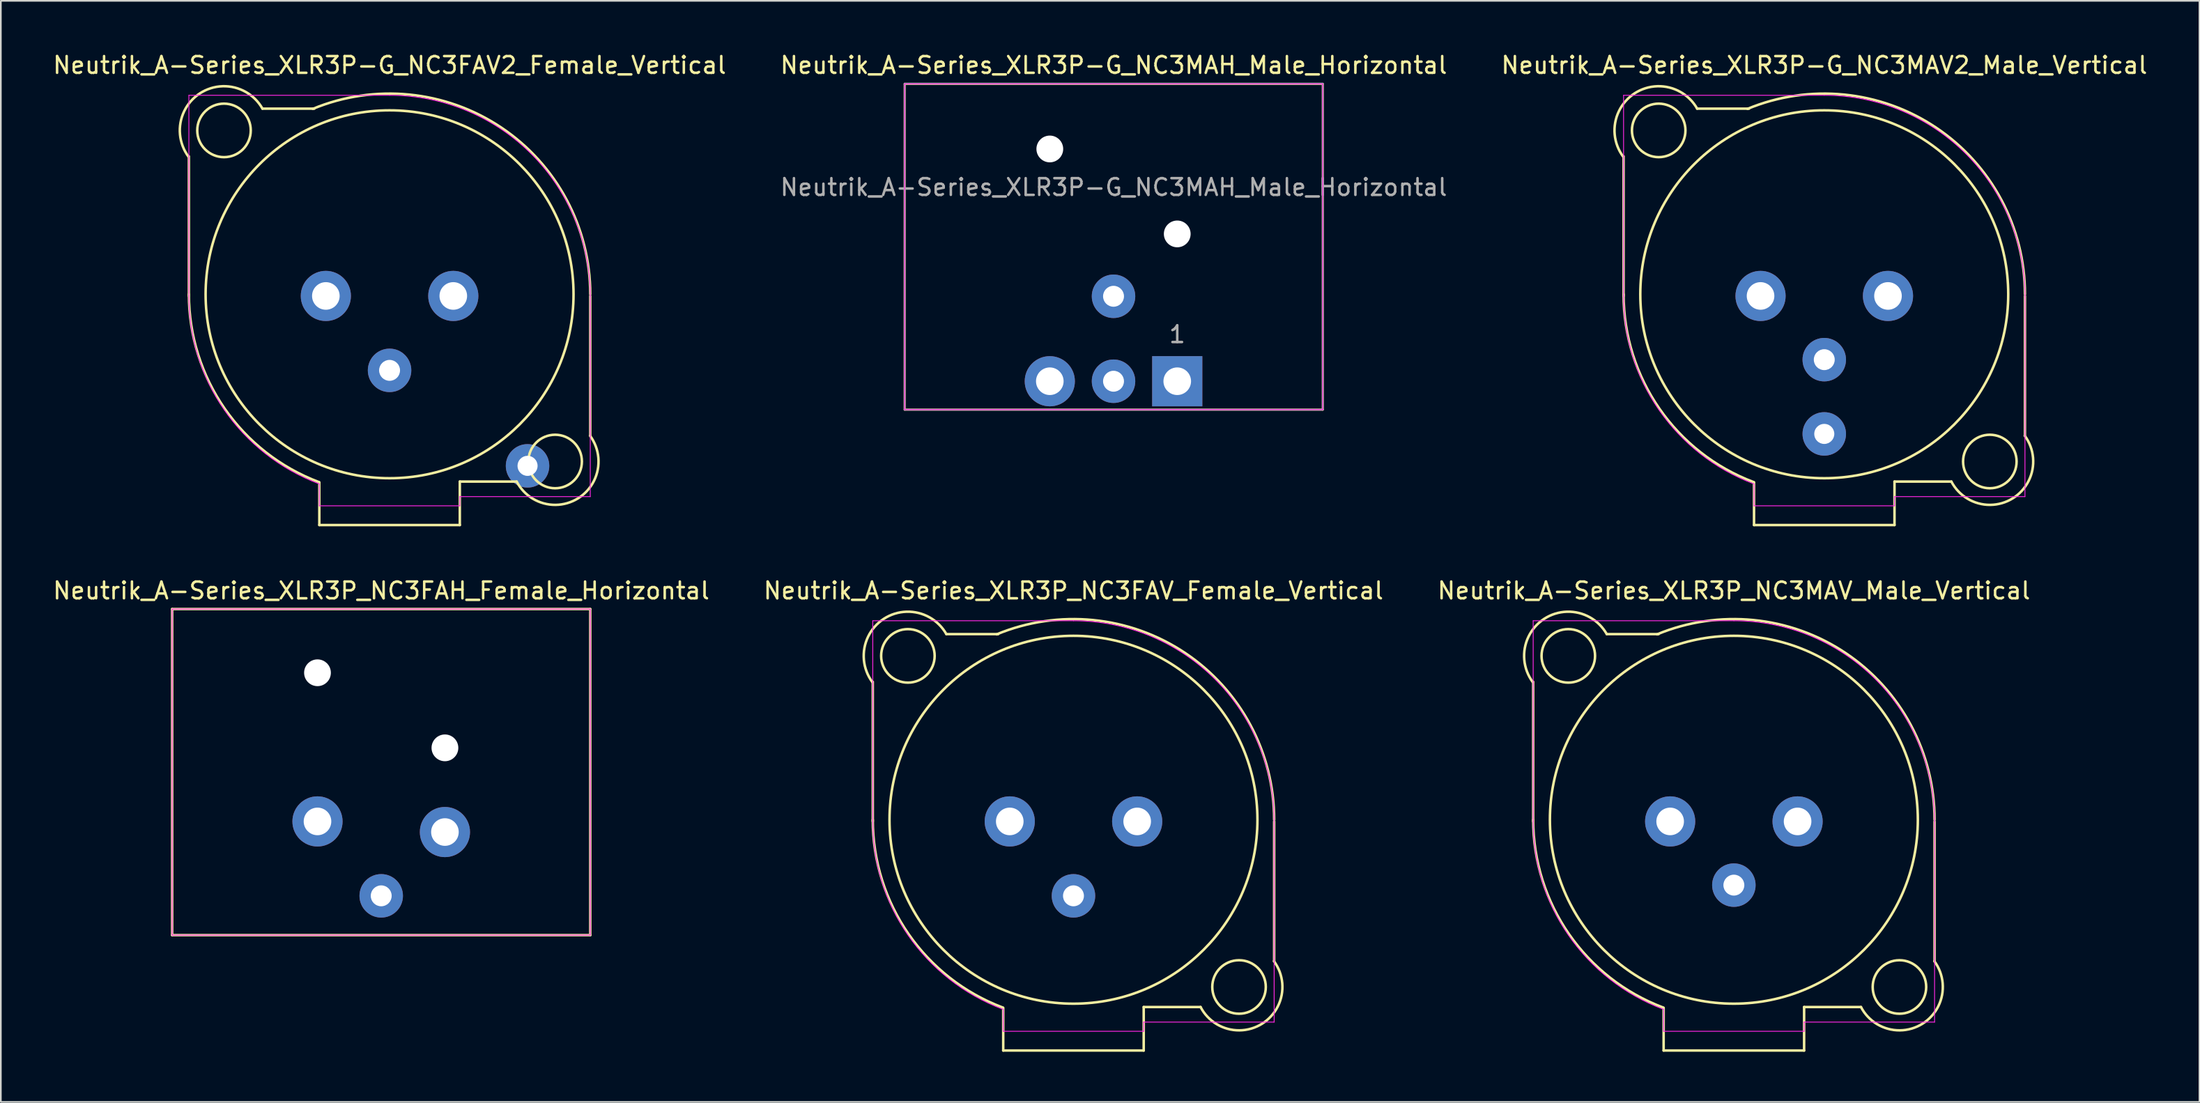
<source format=kicad_pcb>
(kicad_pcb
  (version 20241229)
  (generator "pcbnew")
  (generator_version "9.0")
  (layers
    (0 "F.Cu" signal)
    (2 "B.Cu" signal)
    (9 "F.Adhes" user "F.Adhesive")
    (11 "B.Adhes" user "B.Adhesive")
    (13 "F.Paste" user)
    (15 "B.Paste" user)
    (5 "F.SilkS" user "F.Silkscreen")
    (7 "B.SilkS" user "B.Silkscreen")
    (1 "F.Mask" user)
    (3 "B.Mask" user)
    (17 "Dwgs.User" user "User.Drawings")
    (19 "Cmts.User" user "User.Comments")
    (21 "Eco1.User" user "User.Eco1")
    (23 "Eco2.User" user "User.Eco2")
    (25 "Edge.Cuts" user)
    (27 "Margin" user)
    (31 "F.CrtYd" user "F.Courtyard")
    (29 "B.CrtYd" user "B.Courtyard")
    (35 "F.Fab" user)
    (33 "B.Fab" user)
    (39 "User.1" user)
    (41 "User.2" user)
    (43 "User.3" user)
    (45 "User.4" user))
  (footprint "Neutrik_A-Series_XLR3P_NC3MAV_Male_Vertical"
    (layer "F.Cu")
    (at 100.625 46.072)
    (property "Reference" "Neutrik_A-Series_XLR3P_NC3MAV_Male_Vertical" (at 0 -13.8 0) (layer "F.SilkS") (effects (font (size 1 1) (thickness 0.15))))
    (attr through_hole)
    (fp_line (start -12 -8.35) (end -12 0) (stroke (width 0.15) (type solid)) (layer "F.SilkS"))
    (fp_line (start -7.6 -11.2) (end -4.5 -11.2) (stroke (width 0.15) (type solid)) (layer "F.SilkS"))
    (fp_line (start -4.2 11.15) (end -4.2 13.7) (stroke (width 0.15) (type solid)) (layer "F.SilkS"))
    (fp_line (start 4.2 11.1) (end 4.2 13.7) (stroke (width 0.15) (type solid)) (layer "F.SilkS"))
    (fp_line (start 4.2 11.1) (end 7.6 11.1) (stroke (width 0.15) (type solid)) (layer "F.SilkS"))
    (fp_line (start 4.2 13.7) (end -4.2 13.7) (stroke (width 0.15) (type solid)) (layer "F.SilkS"))
    (fp_line (start 12 8.35) (end 12 0) (stroke (width 0.15) (type solid)) (layer "F.SilkS"))
    (fp_arc (start -12.025659 -8.331062) (mid -11.337115 -12.116911) (end -7.600001 -11.199999) (stroke (width 0.15) (type solid)) (layer "F.SilkS"))
    (fp_arc (start -4.592201 -11.186554) (mid 6.666843 -10.077635) (end 12 -0.1) (stroke (width 0.15) (type solid)) (layer "F.SilkS"))
    (fp_arc (start -4.213481 11.13595) (mid -9.863107 6.735138) (end -12 -0.1) (stroke (width 0.15) (type solid)) (layer "F.SilkS"))
    (fp_arc (start 11.987245 8.359415) (mid 11.274415 12.100222) (end 7.600001 11.099999) (stroke (width 0.15) (type solid)) (layer "F.SilkS"))
    (fp_circle (center -9.9 -9.9) (end -8.3 -9.9) (stroke (width 0.15) (type solid)) (fill no) (layer "F.SilkS"))
    (fp_circle (center 0 -0.1) (end 11 -0.1) (stroke (width 0.15) (type solid)) (fill no) (layer "F.SilkS"))
    (fp_circle (center 9.9 9.9) (end 11.5 9.9) (stroke (width 0.15) (type solid)) (fill no) (layer "F.SilkS"))
    (fp_line (start -12 -12) (end 0 -12) (stroke (width 0.05) (type solid)) (layer "F.CrtYd"))
    (fp_line (start -12 0) (end -12 -12) (stroke (width 0.05) (type solid)) (layer "F.CrtYd"))
    (fp_line (start -4.2 12.55) (end -4.2 11.235) (stroke (width 0.05) (type solid)) (layer "F.CrtYd"))
    (fp_line (start 4.2 12) (end 4.2 12.55) (stroke (width 0.05) (type solid)) (layer "F.CrtYd"))
    (fp_line (start 4.2 12.55) (end -4.2 12.55) (stroke (width 0.05) (type solid)) (layer "F.CrtYd"))
    (fp_line (start 12 0) (end 12 12) (stroke (width 0.05) (type solid)) (layer "F.CrtYd"))
    (fp_line (start 12 12) (end 4.2 12) (stroke (width 0.05) (type solid)) (layer "F.CrtYd"))
    (fp_arc (start -4.2221 11.232714) (mid -9.865728 6.831354) (end -12 0) (stroke (width 0.05) (type solid)) (layer "F.CrtYd"))
    (fp_arc (start 0 -12) (mid 8.485281 -8.485281) (end 12 0) (stroke (width 0.05) (type solid)) (layer "F.CrtYd"))
    (pad "1" thru_hole circle (at -3.81 0) (size 3 3) (drill 1.65) (layers "*.Cu" "*.Mask"))
    (pad "2" thru_hole circle (at 3.81 0) (size 3 3) (drill 1.65) (layers "*.Cu" "*.Mask"))
    (pad "3" thru_hole circle (at 0 3.81) (size 2.6 2.6) (drill 1.25) (layers "*.Cu" "*.Mask")))
  (footprint "Neutrik_A-Series_XLR3P-G_NC3MAH_Male_Horizontal"
    (layer "F.Cu")
    (at 67.342 19.748)
    (property "Reference" "Neutrik_A-Series_XLR3P-G_NC3MAH_Male_Horizontal" (at -3.8 -18.9 0) (layer "F.SilkS") (effects (font (size 1 1) (thickness 0.15))))
    (attr through_hole)
    (fp_line (start -16.3 -17.78) (end -16.3 1.7) (stroke (width 0.12) (type solid)) (layer "F.SilkS"))
    (fp_line (start -16.3 -17.78) (end 8.7 -17.78) (stroke (width 0.12) (type solid)) (layer "F.SilkS"))
    (fp_line (start -16.3 1.7) (end 8.7 1.7) (stroke (width 0.12) (type solid)) (layer "F.SilkS"))
    (fp_line (start 8.7 -17.78) (end 8.7 1.7) (stroke (width 0.12) (type solid)) (layer "F.SilkS"))
    (fp_line (start -16.3 -17.78) (end 8.7 -17.78) (stroke (width 0.05) (type solid)) (layer "F.CrtYd"))
    (fp_line (start -16.3 1.7) (end -16.3 -17.78) (stroke (width 0.05) (type solid)) (layer "F.CrtYd"))
    (fp_line (start 8.7 -17.78) (end 8.7 1.7) (stroke (width 0.05) (type solid)) (layer "F.CrtYd"))
    (fp_line (start 8.7 1.7) (end -16.3 1.7) (stroke (width 0.05) (type solid)) (layer "F.CrtYd"))
    (fp_line (start -16.3 -17.8) (end 8.7 -17.8) (stroke (width 0.1) (type solid)) (layer "F.Fab"))
    (fp_line (start -16.3 1.7) (end -16.3 -17.8) (stroke (width 0.1) (type solid)) (layer "F.Fab"))
    (fp_line (start 8.7 -17.8) (end 8.7 1.7) (stroke (width 0.1) (type solid)) (layer "F.Fab"))
    (fp_line (start 8.7 1.7) (end -16.3 1.7) (stroke (width 0.1) (type solid)) (layer "F.Fab"))
    (fp_text user "1" (at 0 -2.8 0) (layer "F.Fab") (effects (font (size 1 1) (thickness 0.15))))
    (fp_text user "${REFERENCE}" (at -3.8 -11.6 0) (layer "F.Fab") (effects (font (size 1 1) (thickness 0.15))))
    (pad "" np_thru_hole circle (at -7.62 -13.89) (size 1.6 1.6) (drill 1.6) (layers "*.Cu" "*.Mask"))
    (pad "" np_thru_hole circle (at 0 -8.81) (size 1.6 1.6) (drill 1.6) (layers "*.Cu" "*.Mask"))
    (pad "1" thru_hole rect (at 0 0) (size 3 3) (drill 1.65) (layers "*.Cu" "*.Mask"))
    (pad "2" thru_hole circle (at -7.62 0) (size 3 3) (drill 1.65) (layers "*.Cu" "*.Mask"))
    (pad "3" thru_hole circle (at -3.81 0) (size 2.6 2.6) (drill 1.25) (layers "*.Cu" "*.Mask"))
    (pad "G" thru_hole circle (at -3.81 -5.08 90) (size 2.6 2.6) (drill 1.25) (layers "*.Cu" "*.Mask")))
  (footprint "Neutrik_A-Series_XLR3P_NC3FAV_Female_Vertical"
    (layer "F.Cu")
    (at 61.137 46.072)
    (property "Reference" "Neutrik_A-Series_XLR3P_NC3FAV_Female_Vertical" (at 0 -13.8 0) (layer "F.SilkS") (effects (font (size 1 1) (thickness 0.15))))
    (attr through_hole)
    (fp_line (start -12 -8.35) (end -12 0) (stroke (width 0.15) (type solid)) (layer "F.SilkS"))
    (fp_line (start -7.6 -11.2) (end -4.5 -11.2) (stroke (width 0.15) (type solid)) (layer "F.SilkS"))
    (fp_line (start -4.2 11.15) (end -4.2 13.7) (stroke (width 0.15) (type solid)) (layer "F.SilkS"))
    (fp_line (start 4.2 11.1) (end 4.2 13.7) (stroke (width 0.15) (type solid)) (layer "F.SilkS"))
    (fp_line (start 4.2 11.1) (end 7.6 11.1) (stroke (width 0.15) (type solid)) (layer "F.SilkS"))
    (fp_line (start 4.2 13.7) (end -4.2 13.7) (stroke (width 0.15) (type solid)) (layer "F.SilkS"))
    (fp_line (start 12 8.35) (end 12 0) (stroke (width 0.15) (type solid)) (layer "F.SilkS"))
    (fp_arc (start -12.025659 -8.331062) (mid -11.337115 -12.116911) (end -7.600001 -11.199999) (stroke (width 0.15) (type solid)) (layer "F.SilkS"))
    (fp_arc (start -4.592201 -11.186554) (mid 6.666843 -10.077635) (end 12 -0.1) (stroke (width 0.15) (type solid)) (layer "F.SilkS"))
    (fp_arc (start -4.213481 11.13595) (mid -9.863107 6.735138) (end -12 -0.1) (stroke (width 0.15) (type solid)) (layer "F.SilkS"))
    (fp_arc (start 11.987245 8.359415) (mid 11.274415 12.100222) (end 7.600001 11.099999) (stroke (width 0.15) (type solid)) (layer "F.SilkS"))
    (fp_circle (center -9.9 -9.9) (end -8.3 -9.9) (stroke (width 0.15) (type solid)) (fill no) (layer "F.SilkS"))
    (fp_circle (center 0 -0.1) (end 11 -0.1) (stroke (width 0.15) (type solid)) (fill no) (layer "F.SilkS"))
    (fp_circle (center 9.9 9.9) (end 11.5 9.9) (stroke (width 0.15) (type solid)) (fill no) (layer "F.SilkS"))
    (fp_line (start -12 -12) (end 0 -12) (stroke (width 0.05) (type solid)) (layer "F.CrtYd"))
    (fp_line (start -12 0) (end -12 -12) (stroke (width 0.05) (type solid)) (layer "F.CrtYd"))
    (fp_line (start -4.2 12.55) (end -4.2 11.235) (stroke (width 0.05) (type solid)) (layer "F.CrtYd"))
    (fp_line (start 4.2 12) (end 4.2 12.55) (stroke (width 0.05) (type solid)) (layer "F.CrtYd"))
    (fp_line (start 4.2 12.55) (end -4.2 12.55) (stroke (width 0.05) (type solid)) (layer "F.CrtYd"))
    (fp_line (start 12 0) (end 12 12) (stroke (width 0.05) (type solid)) (layer "F.CrtYd"))
    (fp_line (start 12 12) (end 4.2 12) (stroke (width 0.05) (type solid)) (layer "F.CrtYd"))
    (fp_arc (start -4.2221 11.232714) (mid -9.865728 6.831354) (end -12 0) (stroke (width 0.05) (type solid)) (layer "F.CrtYd"))
    (fp_arc (start 0 -12) (mid 8.485281 -8.485281) (end 12 0) (stroke (width 0.05) (type solid)) (layer "F.CrtYd"))
    (pad "1" thru_hole circle (at 3.81 0) (size 3 3) (drill 1.65) (layers "*.Cu" "*.Mask"))
    (pad "2" thru_hole circle (at -3.81 0) (size 3 3) (drill 1.65) (layers "*.Cu" "*.Mask"))
    (pad "3" thru_hole circle (at 0 4.45) (size 2.6 2.6) (drill 1.25) (layers "*.Cu" "*.Mask")))
  (footprint "Neutrik_A-Series_XLR3P_NC3FAH_Female_Horizontal"
    (layer "F.Cu")
    (at 19.744 46.072)
    (property "Reference" "Neutrik_A-Series_XLR3P_NC3FAH_Female_Horizontal" (at 0 -13.8 0) (layer "F.SilkS") (effects (font (size 1 1) (thickness 0.15))))
    (attr through_hole)
    (fp_line (start -12.5 -12.7) (end -12.5 6.8) (stroke (width 0.15) (type solid)) (layer "F.SilkS"))
    (fp_line (start -12.5 -12.7) (end 12.5 -12.7) (stroke (width 0.15) (type solid)) (layer "F.SilkS"))
    (fp_line (start -12.5 6.8) (end 12.5 6.8) (stroke (width 0.15) (type solid)) (layer "F.SilkS"))
    (fp_line (start 12.5 -12.7) (end 12.5 6.8) (stroke (width 0.15) (type solid)) (layer "F.SilkS"))
    (fp_line (start -12.5 -12.7) (end 12.5 -12.7) (stroke (width 0.05) (type solid)) (layer "F.CrtYd"))
    (fp_line (start -12.5 6.8) (end -12.5 -12.7) (stroke (width 0.05) (type solid)) (layer "F.CrtYd"))
    (fp_line (start 12.5 -12.7) (end 12.5 6.8) (stroke (width 0.05) (type solid)) (layer "F.CrtYd"))
    (fp_line (start 12.5 6.8) (end -12.5 6.8) (stroke (width 0.05) (type solid)) (layer "F.CrtYd"))
    (pad "" np_thru_hole circle (at -3.81 -8.89) (size 1.6 1.6) (drill 1.6) (layers "*.Cu" "*.Mask"))
    (pad "" np_thru_hole circle (at 3.81 -4.4) (size 1.6 1.6) (drill 1.6) (layers "*.Cu" "*.Mask"))
    (pad "1" thru_hole circle (at -3.81 0) (size 3 3) (drill 1.65) (layers "*.Cu" "*.Mask"))
    (pad "2" thru_hole circle (at 3.81 0.635) (size 3 3) (drill 1.65) (layers "*.Cu" "*.Mask"))
    (pad "3" thru_hole circle (at 0 4.45) (size 2.6 2.6) (drill 1.25) (layers "*.Cu" "*.Mask")))
  (footprint "Neutrik_A-Series_XLR3P-G_NC3FAV2_Female_Vertical"
    (layer "F.Cu")
    (at 20.244 14.648)
    (property "Reference" "Neutrik_A-Series_XLR3P-G_NC3FAV2_Female_Vertical" (at 0 -13.8 0) (layer "F.SilkS") (effects (font (size 1 1) (thickness 0.15))))
    (attr through_hole)
    (fp_line (start -12 -8.35) (end -12 0) (stroke (width 0.15) (type solid)) (layer "F.SilkS"))
    (fp_line (start -7.6 -11.2) (end -4.5 -11.2) (stroke (width 0.15) (type solid)) (layer "F.SilkS"))
    (fp_line (start -4.2 11.15) (end -4.2 13.7) (stroke (width 0.15) (type solid)) (layer "F.SilkS"))
    (fp_line (start 4.2 11.1) (end 4.2 13.7) (stroke (width 0.15) (type solid)) (layer "F.SilkS"))
    (fp_line (start 4.2 11.1) (end 7.6 11.1) (stroke (width 0.15) (type solid)) (layer "F.SilkS"))
    (fp_line (start 4.2 13.7) (end -4.2 13.7) (stroke (width 0.15) (type solid)) (layer "F.SilkS"))
    (fp_line (start 12 8.35) (end 12 0) (stroke (width 0.15) (type solid)) (layer "F.SilkS"))
    (fp_arc (start -12.025659 -8.331062) (mid -11.337115 -12.116911) (end -7.600001 -11.199999) (stroke (width 0.15) (type solid)) (layer "F.SilkS"))
    (fp_arc (start -4.592201 -11.186554) (mid 6.666843 -10.077635) (end 12 -0.1) (stroke (width 0.15) (type solid)) (layer "F.SilkS"))
    (fp_arc (start -4.213481 11.13595) (mid -9.863107 6.735138) (end -12 -0.1) (stroke (width 0.15) (type solid)) (layer "F.SilkS"))
    (fp_arc (start 11.987245 8.359415) (mid 11.274415 12.100222) (end 7.600001 11.099999) (stroke (width 0.15) (type solid)) (layer "F.SilkS"))
    (fp_circle (center -9.9 -9.9) (end -8.3 -9.9) (stroke (width 0.15) (type solid)) (fill no) (layer "F.SilkS"))
    (fp_circle (center 0 -0.1) (end 11 -0.1) (stroke (width 0.15) (type solid)) (fill no) (layer "F.SilkS"))
    (fp_circle (center 9.9 9.9) (end 11.5 9.9) (stroke (width 0.15) (type solid)) (fill no) (layer "F.SilkS"))
    (fp_line (start -12 -12) (end 0 -12) (stroke (width 0.05) (type solid)) (layer "F.CrtYd"))
    (fp_line (start -12 0) (end -12 -12) (stroke (width 0.05) (type solid)) (layer "F.CrtYd"))
    (fp_line (start -4.2 12.55) (end -4.2 11.235) (stroke (width 0.05) (type solid)) (layer "F.CrtYd"))
    (fp_line (start 4.2 12) (end 4.2 12.55) (stroke (width 0.05) (type solid)) (layer "F.CrtYd"))
    (fp_line (start 4.2 12.55) (end -4.2 12.55) (stroke (width 0.05) (type solid)) (layer "F.CrtYd"))
    (fp_line (start 12 0) (end 12 12) (stroke (width 0.05) (type solid)) (layer "F.CrtYd"))
    (fp_line (start 12 12) (end 4.2 12) (stroke (width 0.05) (type solid)) (layer "F.CrtYd"))
    (fp_arc (start -4.2221 11.232714) (mid -9.865728 6.831354) (end -12 0) (stroke (width 0.05) (type solid)) (layer "F.CrtYd"))
    (fp_arc (start 0 -12) (mid 8.485281 -8.485281) (end 12 0) (stroke (width 0.05) (type solid)) (layer "F.CrtYd"))
    (pad "1" thru_hole circle (at 3.81 0) (size 3 3) (drill 1.65) (layers "*.Cu" "*.Mask"))
    (pad "2" thru_hole circle (at -3.81 0) (size 3 3) (drill 1.65) (layers "*.Cu" "*.Mask"))
    (pad "3" thru_hole circle (at 0 4.45) (size 2.6 2.6) (drill 1.25) (layers "*.Cu" "*.Mask"))
    (pad "G" thru_hole circle (at 8.25 10.16) (size 2.6 2.6) (drill 1.2) (layers "*.Cu" "*.Mask")))
  (footprint "Neutrik_A-Series_XLR3P-G_NC3MAV2_Male_Vertical"
    (layer "F.Cu")
    (at 106.03 14.648)
    (property "Reference" "Neutrik_A-Series_XLR3P-G_NC3MAV2_Male_Vertical" (at 0 -13.8 0) (layer "F.SilkS") (effects (font (size 1 1) (thickness 0.15))))
    (attr through_hole)
    (fp_line (start -12 -8.35) (end -12 0) (stroke (width 0.15) (type solid)) (layer "F.SilkS"))
    (fp_line (start -7.6 -11.2) (end -4.5 -11.2) (stroke (width 0.15) (type solid)) (layer "F.SilkS"))
    (fp_line (start -4.2 11.15) (end -4.2 13.7) (stroke (width 0.15) (type solid)) (layer "F.SilkS"))
    (fp_line (start 4.2 11.1) (end 4.2 13.7) (stroke (width 0.15) (type solid)) (layer "F.SilkS"))
    (fp_line (start 4.2 11.1) (end 7.6 11.1) (stroke (width 0.15) (type solid)) (layer "F.SilkS"))
    (fp_line (start 4.2 13.7) (end -4.2 13.7) (stroke (width 0.15) (type solid)) (layer "F.SilkS"))
    (fp_line (start 12 8.35) (end 12 0) (stroke (width 0.15) (type solid)) (layer "F.SilkS"))
    (fp_arc (start -12.025659 -8.331062) (mid -11.337115 -12.116911) (end -7.600001 -11.199999) (stroke (width 0.15) (type solid)) (layer "F.SilkS"))
    (fp_arc (start -4.592201 -11.186554) (mid 6.666843 -10.077635) (end 12 -0.1) (stroke (width 0.15) (type solid)) (layer "F.SilkS"))
    (fp_arc (start -4.213481 11.13595) (mid -9.863107 6.735138) (end -12 -0.1) (stroke (width 0.15) (type solid)) (layer "F.SilkS"))
    (fp_arc (start 11.987245 8.359415) (mid 11.274415 12.100222) (end 7.600001 11.099999) (stroke (width 0.15) (type solid)) (layer "F.SilkS"))
    (fp_circle (center -9.9 -9.9) (end -8.3 -9.9) (stroke (width 0.15) (type solid)) (fill no) (layer "F.SilkS"))
    (fp_circle (center 0 -0.1) (end 11 -0.1) (stroke (width 0.15) (type solid)) (fill no) (layer "F.SilkS"))
    (fp_circle (center 9.9 9.9) (end 11.5 9.9) (stroke (width 0.15) (type solid)) (fill no) (layer "F.SilkS"))
    (fp_line (start -12 -12) (end 0 -12) (stroke (width 0.05) (type solid)) (layer "F.CrtYd"))
    (fp_line (start -12 0) (end -12 -12) (stroke (width 0.05) (type solid)) (layer "F.CrtYd"))
    (fp_line (start -4.2 12.55) (end -4.2 11.235) (stroke (width 0.05) (type solid)) (layer "F.CrtYd"))
    (fp_line (start 4.2 12) (end 4.2 12.55) (stroke (width 0.05) (type solid)) (layer "F.CrtYd"))
    (fp_line (start 4.2 12.55) (end -4.2 12.55) (stroke (width 0.05) (type solid)) (layer "F.CrtYd"))
    (fp_line (start 12 0) (end 12 12) (stroke (width 0.05) (type solid)) (layer "F.CrtYd"))
    (fp_line (start 12 12) (end 4.2 12) (stroke (width 0.05) (type solid)) (layer "F.CrtYd"))
    (fp_arc (start -4.2221 11.232714) (mid -9.865728 6.831354) (end -12 0) (stroke (width 0.05) (type solid)) (layer "F.CrtYd"))
    (fp_arc (start 0 -12) (mid 8.485281 -8.485281) (end 12 0) (stroke (width 0.05) (type solid)) (layer "F.CrtYd"))
    (pad "1" thru_hole circle (at -3.81 0) (size 3 3) (drill 1.65) (layers "*.Cu" "*.Mask"))
    (pad "2" thru_hole circle (at 3.81 0) (size 3 3) (drill 1.65) (layers "*.Cu" "*.Mask"))
    (pad "3" thru_hole circle (at 0 3.81) (size 2.6 2.6) (drill 1.25) (layers "*.Cu" "*.Mask"))
    (pad "G" thru_hole circle (at 0 8.25) (size 2.6 2.6) (drill 1.2) (layers "*.Cu" "*.Mask")))
  (gr_rect
    (start -3 -3)
    (end 128.464 62.846)
    (stroke (width 0.1) (type default))
    (fill no)
    (layer "Edge.Cuts")))
</source>
